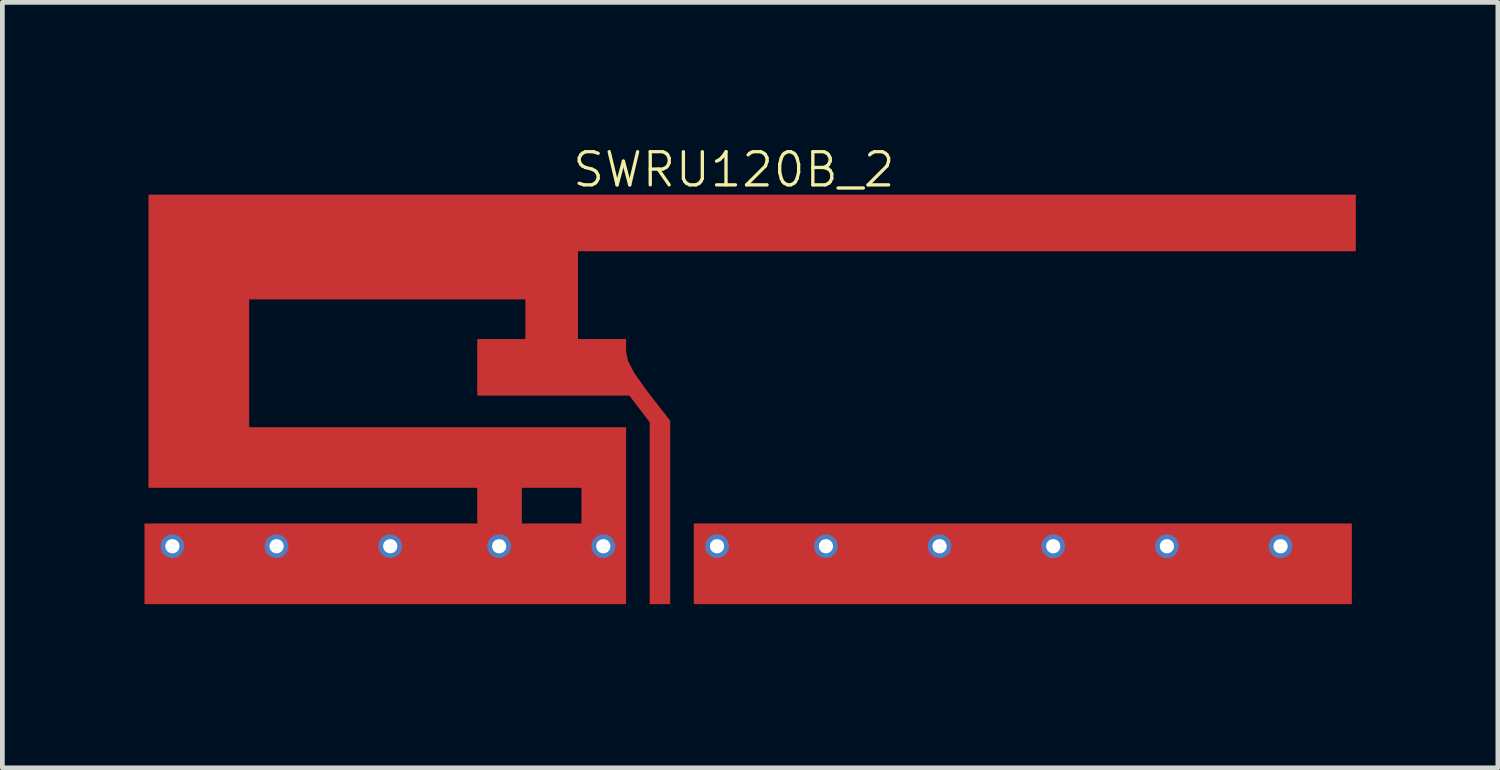
<source format=kicad_pcb>
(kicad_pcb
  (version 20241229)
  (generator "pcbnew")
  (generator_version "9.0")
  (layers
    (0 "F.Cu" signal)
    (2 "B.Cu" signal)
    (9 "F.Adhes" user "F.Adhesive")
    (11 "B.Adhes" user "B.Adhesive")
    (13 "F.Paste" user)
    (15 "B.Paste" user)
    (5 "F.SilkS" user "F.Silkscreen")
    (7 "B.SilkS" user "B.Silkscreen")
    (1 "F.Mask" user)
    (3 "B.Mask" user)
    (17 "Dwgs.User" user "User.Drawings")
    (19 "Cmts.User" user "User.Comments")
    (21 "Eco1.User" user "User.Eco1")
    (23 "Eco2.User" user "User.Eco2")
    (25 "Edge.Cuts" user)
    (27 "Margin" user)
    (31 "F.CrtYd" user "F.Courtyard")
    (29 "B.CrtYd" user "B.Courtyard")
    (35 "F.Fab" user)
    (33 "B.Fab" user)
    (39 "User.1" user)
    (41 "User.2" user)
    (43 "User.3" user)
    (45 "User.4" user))
  (footprint "SWRU120B_2"
    (layer "F.Cu")
    (at 12.79 5.384)
    (property "Reference" "SWRU120B_2" (at -0.343 -4.851 180) (layer "F.SilkS") (effects (font (size 0.7 0.7) (thickness 0.07))))
    (attr through_hole)
    (pad "1" smd circle (at -1.9 4.1) (size 0.4 0.4) (layers "F.Cu" "F.Paste"))
    (pad "2" thru_hole circle (at -12.2 3.1) (size 0.5 0.5) (drill 0.3) (layers "*.Cu" "*.Mask"))
    (pad "2" thru_hole circle (at -10 3.1) (size 0.5 0.5) (drill 0.3) (layers "*.Cu" "*.Mask"))
    (pad "2" thru_hole circle (at -7.6 3.1) (size 0.5 0.5) (drill 0.3) (layers "*.Cu" "*.Mask"))
    (pad "2" thru_hole circle (at -5.3 3.1) (size 0.5 0.5) (drill 0.3) (layers "*.Cu" "*.Mask"))
    (pad "2" thru_hole circle (at -3.1 3.1) (size 0.5 0.5) (drill 0.3) (layers "*.Cu" "*.Mask"))
    (pad "2" thru_hole circle (at -0.7 3.1) (size 0.5 0.5) (drill 0.3) (layers "*.Cu" "*.Mask"))
    (pad "2" thru_hole circle (at 1.6 3.1) (size 0.5 0.5) (drill 0.3) (layers "*.Cu" "*.Mask"))
    (pad "2" thru_hole circle (at 4 3.1) (size 0.5 0.5) (drill 0.3) (layers "*.Cu" "*.Mask"))
    (pad "2" thru_hole circle (at 6.4 3.1) (size 0.5 0.5) (drill 0.3) (layers "*.Cu" "*.Mask"))
    (pad "2" thru_hole circle (at 8.8 3.1) (size 0.5 0.5) (drill 0.3) (layers "*.Cu" "*.Mask"))
    (pad "2" thru_hole circle (at 11.2 3.1) (size 0.5 0.5) (drill 0.3) (layers "*.Cu" "*.Mask"))
    (pad "4" smd custom (at -8.839 3.454) (size 1.029 1.029) (layers "F.Cu" "F.Mask" "F.Paste") (options (anchor circle)) (primitives (gr_poly (pts (xy 21.624 -6.587) (xy 5.199 -6.587) (xy 5.199 -4.724) (xy 6.215 -4.724) (xy 6.215 -4.463) (xy 6.257 -4.262) (xy 6.393 -4.002) (xy 6.637 -3.658) (xy 6.68 -3.601) (xy 7.146 -3.002) (xy 7.146 0.864) (xy 6.723 0.864) (xy 6.723 -1.055) (xy 6.723 -2.973) (xy 6.507 -3.256) (xy 6.291 -3.539) (xy 3.082 -3.539) (xy 3.082 -4.724) (xy 4.098 -4.724) (xy 4.098 -5.571) (xy -1.744 -5.571) (xy -1.744 -2.862) (xy 6.215 -2.862) (xy 6.215 0.864) (xy -3.945 0.864) (xy -3.945 -0.83) (xy 3.082 -0.83) (xy 3.082 -1.592) (xy 4.013 -1.592) (xy 4.013 -0.83) (xy 5.283 -0.83) (xy 5.283 -1.592) (xy 4.013 -1.592) (xy 3.082 -1.592) (xy -3.861 -1.592) (xy -3.861 -7.772) (xy 21.624 -7.772) (xy 21.624 -6.587)) (width 0.01) (fill yes))))
    (pad "5" smd custom (at 5.334 3.378) (size 1.524 1.524) (layers "F.Cu" "F.Mask" "F.Paste") (options (anchor circle)) (primitives (gr_poly (pts (xy 7.366 0.94) (xy -6.519 0.94) (xy -6.519 -0.754) (xy 7.366 -0.754) (xy 7.366 0.94)) (width 0.01) (fill yes))))
    (zone (net_name "") (layer "F.Cu") (hatch edge 0.5) (connect_pads) (min_thickness 0.25) (filled_areas_thickness no) (keepout (tracks not_allowed) (vias not_allowed) (pads not_allowed) (copperpour not_allowed) (footprints not_allowed)) (placement (enabled no)) (fill) (polygon (pts (xy 11.604 8.003) (xy 11.604 10.164) (xy 10.165 10.164) (xy 10.173 8)))))
  (gr_rect
    (start -3 -3)
    (end 28.579 13.164)
    (stroke (width 0.1) (type default))
    (fill no)
    (layer "Edge.Cuts")))
</source>
